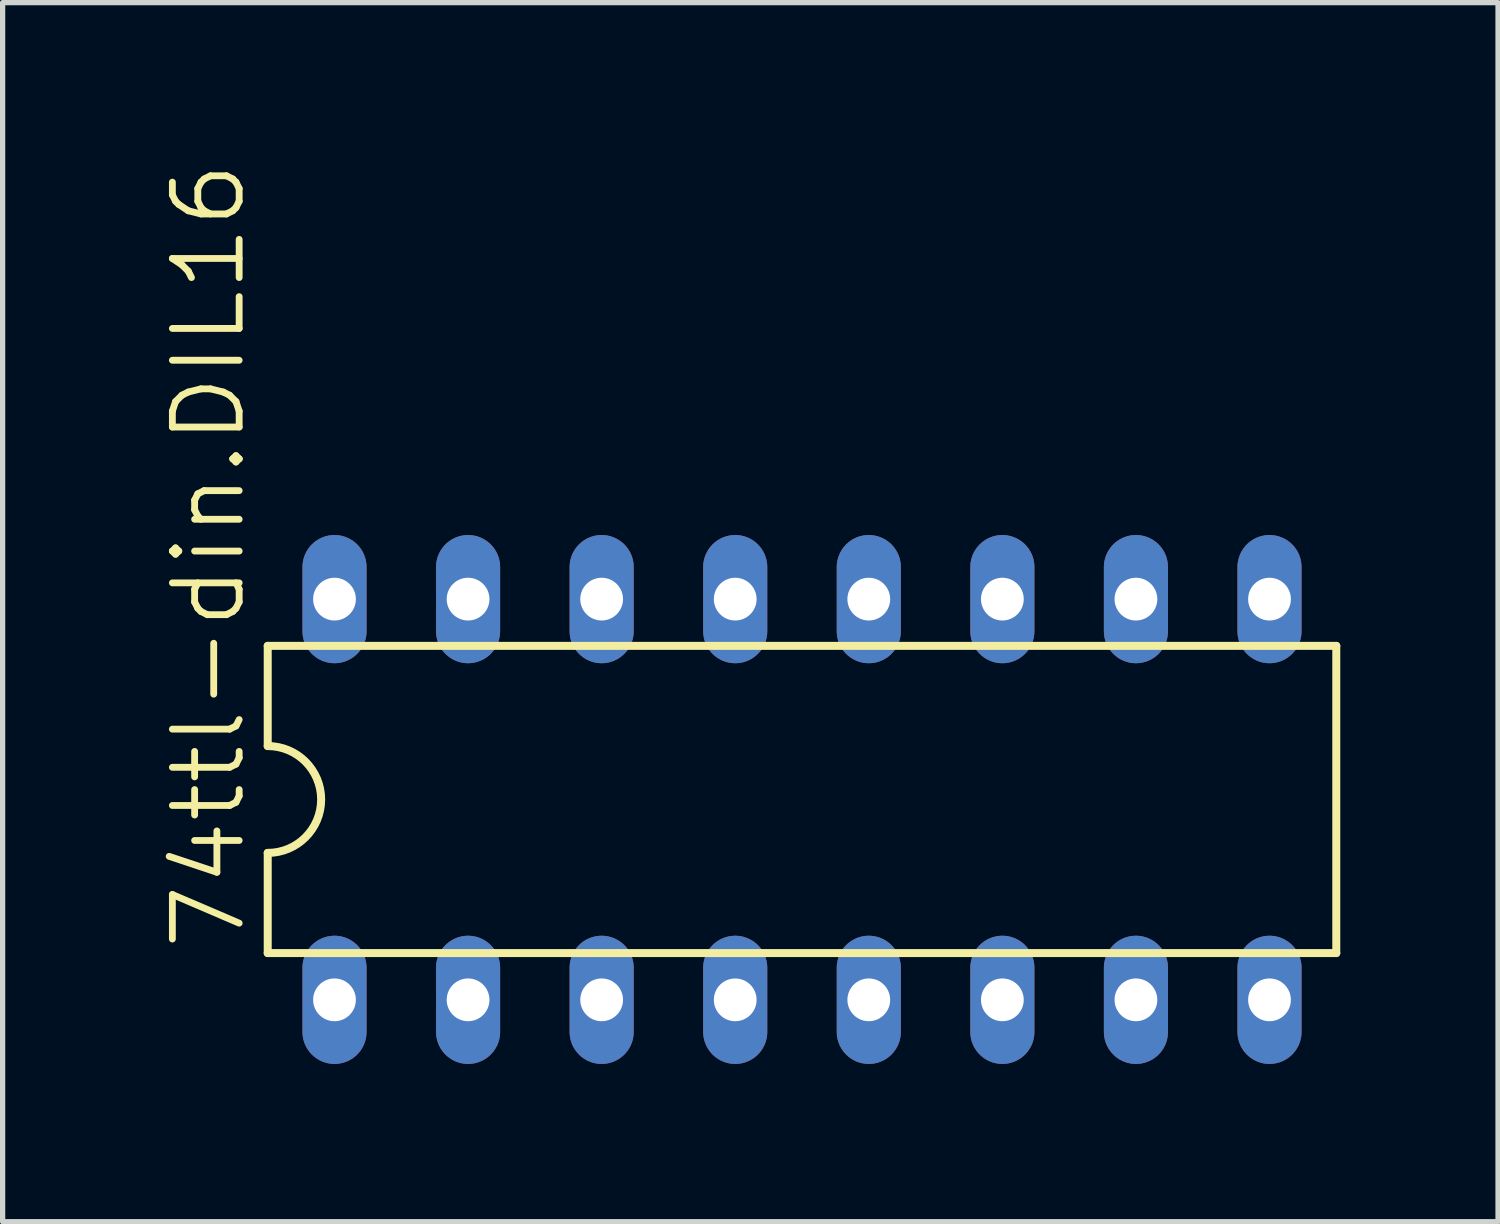
<source format=kicad_pcb>
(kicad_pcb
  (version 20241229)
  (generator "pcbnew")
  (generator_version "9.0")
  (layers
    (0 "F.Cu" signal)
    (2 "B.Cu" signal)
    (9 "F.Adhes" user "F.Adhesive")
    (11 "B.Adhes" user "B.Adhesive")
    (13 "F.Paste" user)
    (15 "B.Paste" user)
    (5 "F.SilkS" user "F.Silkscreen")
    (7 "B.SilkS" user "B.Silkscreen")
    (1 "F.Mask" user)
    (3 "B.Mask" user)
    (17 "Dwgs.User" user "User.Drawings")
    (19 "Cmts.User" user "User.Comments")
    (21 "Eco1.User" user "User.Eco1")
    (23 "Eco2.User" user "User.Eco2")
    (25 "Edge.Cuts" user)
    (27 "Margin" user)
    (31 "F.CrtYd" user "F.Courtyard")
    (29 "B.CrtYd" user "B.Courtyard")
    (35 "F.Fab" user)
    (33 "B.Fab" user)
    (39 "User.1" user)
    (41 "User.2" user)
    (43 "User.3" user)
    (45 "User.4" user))
  (footprint "74ttl-din.DIL16"
    (layer "F.Cu")
    (at 12.201 12.153)
    (property "Reference" "74ttl-din.DIL16" (at -10.541 2.921 90) (layer "F.SilkS") (effects (font (size 1.27 1.27) (thickness 0.13)) (justify left bottom)))
    (attr through_hole)
    (fp_line (start -10.16 -2.921) (end -10.16 -1.016) (stroke (width 0.152) (type default)) (layer "F.SilkS"))
    (fp_line (start -10.16 2.921) (end -10.16 1.016) (stroke (width 0.152) (type default)) (layer "F.SilkS"))
    (fp_line (start -10.16 2.921) (end 10.16 2.921) (stroke (width 0.152) (type default)) (layer "F.SilkS"))
    (fp_line (start 10.16 -2.921) (end -10.16 -2.921) (stroke (width 0.152) (type default)) (layer "F.SilkS"))
    (fp_line (start 10.16 -2.921) (end 10.16 2.921) (stroke (width 0.152) (type default)) (layer "F.SilkS"))
    (fp_arc (start -10.16 -1.016) (mid -9.144 0) (end -10.16 1.016) (stroke (width 0.1524) (type default)) (layer "F.SilkS"))
    (pad "1" thru_hole oval (at -8.89 3.81 90) (size 2.438 1.219) (drill 0.813) (layers "*.Cu" "*.Mask"))
    (pad "2" thru_hole oval (at -6.35 3.81 90) (size 2.438 1.219) (drill 0.813) (layers "*.Cu" "*.Mask"))
    (pad "3" thru_hole oval (at -3.81 3.81 90) (size 2.438 1.219) (drill 0.813) (layers "*.Cu" "*.Mask"))
    (pad "4" thru_hole oval (at -1.27 3.81 90) (size 2.438 1.219) (drill 0.813) (layers "*.Cu" "*.Mask"))
    (pad "5" thru_hole oval (at 1.27 3.81 90) (size 2.438 1.219) (drill 0.813) (layers "*.Cu" "*.Mask"))
    (pad "6" thru_hole oval (at 3.81 3.81 90) (size 2.438 1.219) (drill 0.813) (layers "*.Cu" "*.Mask"))
    (pad "7" thru_hole oval (at 6.35 3.81 90) (size 2.438 1.219) (drill 0.813) (layers "*.Cu" "*.Mask"))
    (pad "8" thru_hole oval (at 8.89 3.81 90) (size 2.438 1.219) (drill 0.813) (layers "*.Cu" "*.Mask"))
    (pad "9" thru_hole oval (at 8.89 -3.81 90) (size 2.438 1.219) (drill 0.813) (layers "*.Cu" "*.Mask"))
    (pad "10" thru_hole oval (at 6.35 -3.81 90) (size 2.438 1.219) (drill 0.813) (layers "*.Cu" "*.Mask"))
    (pad "11" thru_hole oval (at 3.81 -3.81 90) (size 2.438 1.219) (drill 0.813) (layers "*.Cu" "*.Mask"))
    (pad "12" thru_hole oval (at 1.27 -3.81 90) (size 2.438 1.219) (drill 0.813) (layers "*.Cu" "*.Mask"))
    (pad "13" thru_hole oval (at -1.27 -3.81 90) (size 2.438 1.219) (drill 0.813) (layers "*.Cu" "*.Mask"))
    (pad "14" thru_hole oval (at -3.81 -3.81 90) (size 2.438 1.219) (drill 0.813) (layers "*.Cu" "*.Mask"))
    (pad "15" thru_hole oval (at -6.35 -3.81 90) (size 2.438 1.219) (drill 0.813) (layers "*.Cu" "*.Mask"))
    (pad "16" thru_hole oval (at -8.89 -3.81 90) (size 2.438 1.219) (drill 0.813) (layers "*.Cu" "*.Mask")))
  (gr_rect
    (start -3 -3)
    (end 25.437 20.182)
    (stroke (width 0.1) (type default))
    (fill no)
    (layer "Edge.Cuts")))
</source>
